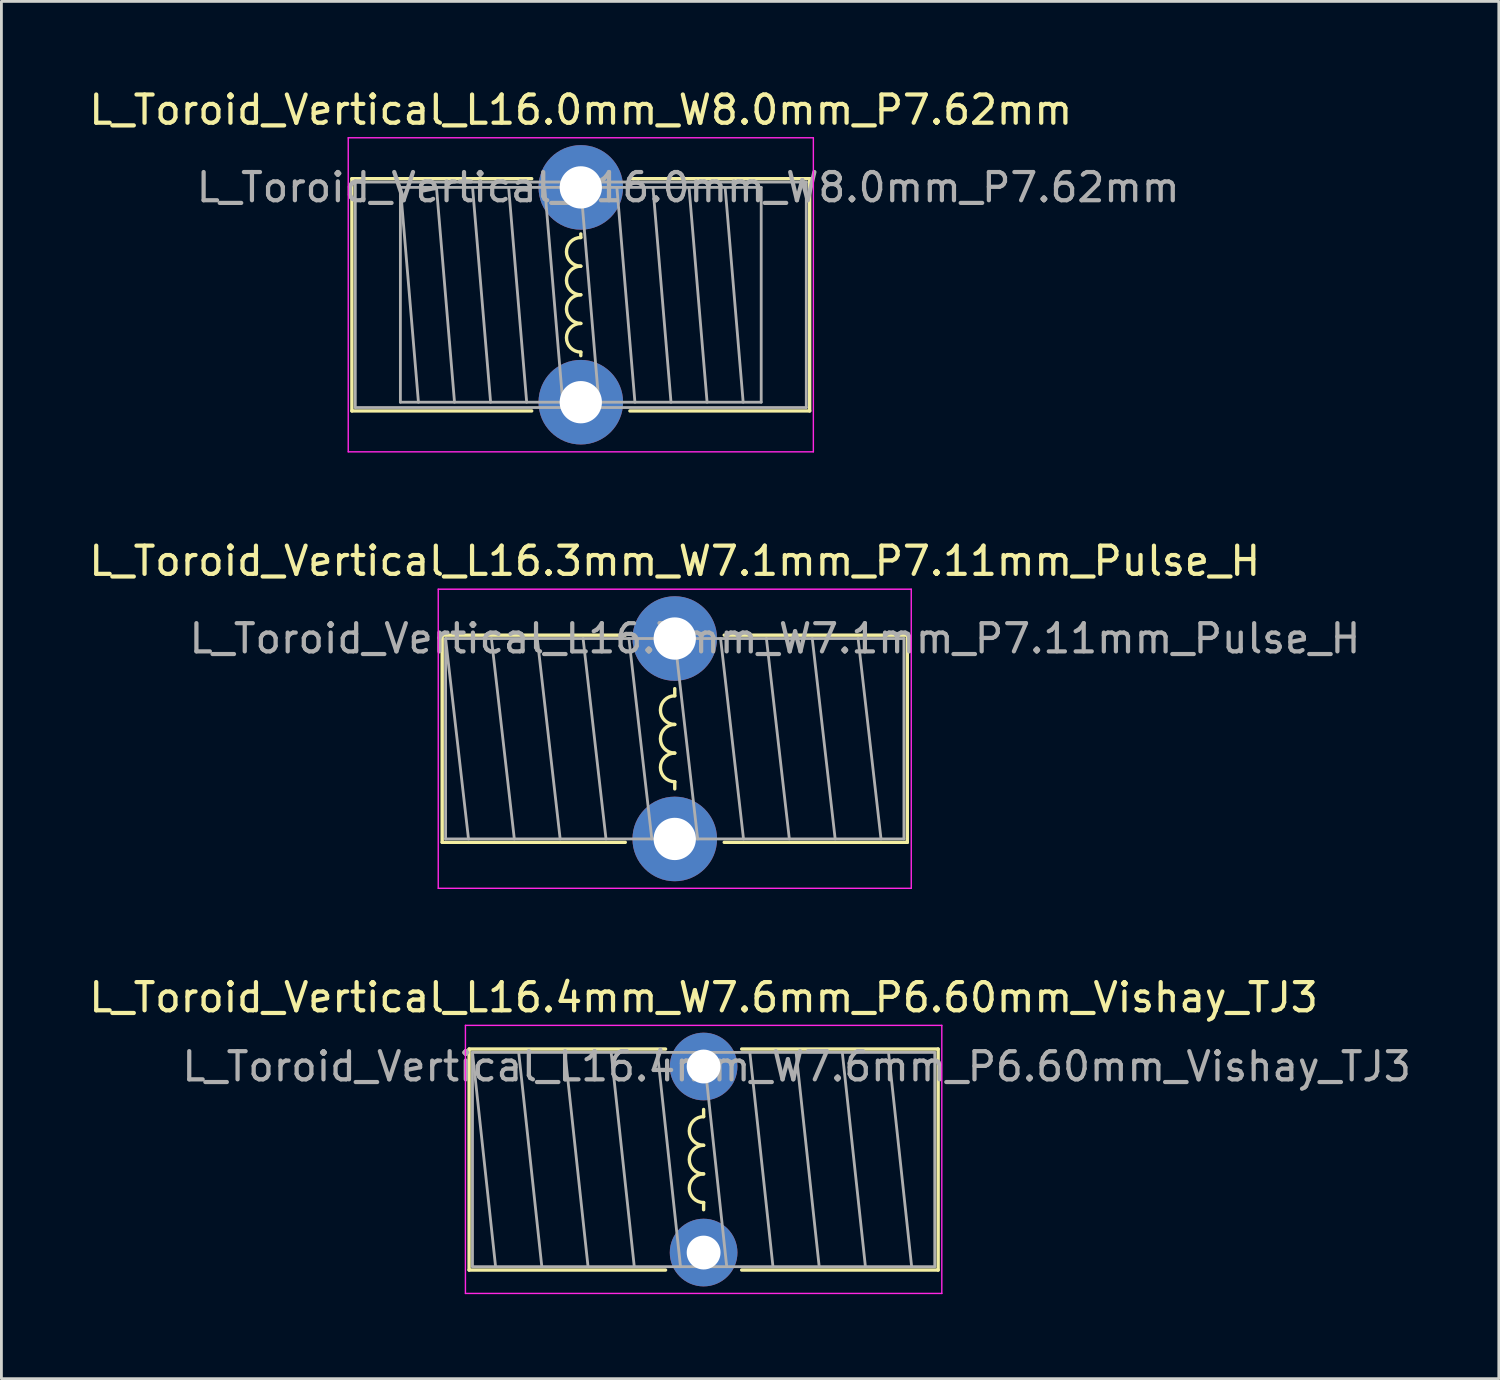
<source format=kicad_pcb>
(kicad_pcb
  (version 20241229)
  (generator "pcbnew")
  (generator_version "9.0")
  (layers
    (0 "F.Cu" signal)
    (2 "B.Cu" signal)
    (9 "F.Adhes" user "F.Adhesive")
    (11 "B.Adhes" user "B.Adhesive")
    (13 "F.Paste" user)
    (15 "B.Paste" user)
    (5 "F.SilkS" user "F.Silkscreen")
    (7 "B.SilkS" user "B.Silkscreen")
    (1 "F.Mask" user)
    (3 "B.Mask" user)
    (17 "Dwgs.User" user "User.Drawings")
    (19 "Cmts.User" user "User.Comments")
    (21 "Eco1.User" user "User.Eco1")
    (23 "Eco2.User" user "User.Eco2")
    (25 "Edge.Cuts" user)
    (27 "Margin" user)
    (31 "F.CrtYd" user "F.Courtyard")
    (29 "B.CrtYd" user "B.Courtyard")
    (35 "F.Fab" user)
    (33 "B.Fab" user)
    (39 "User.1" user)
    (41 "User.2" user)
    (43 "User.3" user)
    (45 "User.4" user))
  (footprint "L_Toroid_Vertical_L16.0mm_W8.0mm_P7.62mm"
    (layer "F.Cu")
    (at 17.554 3.598)
    (property "Reference" "L_Toroid_Vertical_L16.0mm_W8.0mm_P7.62mm" (at 0 -2.75 0) (layer "F.SilkS") (effects (font (size 1 1) (thickness 0.15))))
    (attr through_hole)
    (fp_line (start -8.12 -0.31) (end -8.12 7.93) (stroke (width 0.12) (type solid)) (layer "F.SilkS"))
    (fp_line (start -8.12 -0.31) (end -1.742 -0.31) (stroke (width 0.12) (type solid)) (layer "F.SilkS"))
    (fp_line (start -8.12 7.93) (end -1.742 7.93) (stroke (width 0.12) (type solid)) (layer "F.SilkS"))
    (fp_line (start 0 1.778) (end 0 1.651) (stroke (width 0.12) (type solid)) (layer "F.SilkS"))
    (fp_line (start 0 5.842) (end 0 5.969) (stroke (width 0.12) (type solid)) (layer "F.SilkS"))
    (fp_line (start 1.742 -0.31) (end 8.12 -0.31) (stroke (width 0.12) (type solid)) (layer "F.SilkS"))
    (fp_line (start 1.742 7.93) (end 8.12 7.93) (stroke (width 0.12) (type solid)) (layer "F.SilkS"))
    (fp_line (start 8.12 -0.31) (end 8.12 7.93) (stroke (width 0.12) (type solid)) (layer "F.SilkS"))
    (fp_arc (start 0 2.794) (mid -0.508 2.286) (end 0 1.778) (stroke (width 0.12) (type solid)) (layer "F.SilkS"))
    (fp_arc (start 0 3.81) (mid -0.508 3.302) (end 0 2.794) (stroke (width 0.12) (type solid)) (layer "F.SilkS"))
    (fp_arc (start 0 4.826) (mid -0.508 4.318) (end 0 3.81) (stroke (width 0.12) (type solid)) (layer "F.SilkS"))
    (fp_arc (start 0 5.842) (mid -0.508 5.334) (end 0 4.826) (stroke (width 0.12) (type solid)) (layer "F.SilkS"))
    (fp_line (start -8.25 -1.76) (end -8.25 9.38) (stroke (width 0.05) (type solid)) (layer "F.CrtYd"))
    (fp_line (start -8.25 9.38) (end 8.25 9.38) (stroke (width 0.05) (type solid)) (layer "F.CrtYd"))
    (fp_line (start 8.25 -1.76) (end -8.25 -1.76) (stroke (width 0.05) (type solid)) (layer "F.CrtYd"))
    (fp_line (start 8.25 9.38) (end 8.25 -1.76) (stroke (width 0.05) (type solid)) (layer "F.CrtYd"))
    (fp_line (start -8 -0.19) (end -8 7.81) (stroke (width 0.1) (type solid)) (layer "F.Fab"))
    (fp_line (start -8 7.81) (end 8 7.81) (stroke (width 0.1) (type solid)) (layer "F.Fab"))
    (fp_line (start -6.4 0) (end -6.4 7.62) (stroke (width 0.1) (type solid)) (layer "F.Fab"))
    (fp_line (start -6.4 0) (end -5.76 7.62) (stroke (width 0.1) (type solid)) (layer "F.Fab"))
    (fp_line (start -6.4 7.62) (end 6.4 7.62) (stroke (width 0.1) (type solid)) (layer "F.Fab"))
    (fp_line (start -5.12 0) (end -4.48 7.62) (stroke (width 0.1) (type solid)) (layer "F.Fab"))
    (fp_line (start -3.84 0) (end -3.2 7.62) (stroke (width 0.1) (type solid)) (layer "F.Fab"))
    (fp_line (start -2.56 0) (end -1.92 7.62) (stroke (width 0.1) (type solid)) (layer "F.Fab"))
    (fp_line (start -1.28 0) (end -0.64 7.62) (stroke (width 0.1) (type solid)) (layer "F.Fab"))
    (fp_line (start 0 0) (end 0.64 7.62) (stroke (width 0.1) (type solid)) (layer "F.Fab"))
    (fp_line (start 1.28 0) (end 1.92 7.62) (stroke (width 0.1) (type solid)) (layer "F.Fab"))
    (fp_line (start 2.56 0) (end 3.2 7.62) (stroke (width 0.1) (type solid)) (layer "F.Fab"))
    (fp_line (start 3.84 0) (end 4.48 7.62) (stroke (width 0.1) (type solid)) (layer "F.Fab"))
    (fp_line (start 5.12 0) (end 5.76 7.62) (stroke (width 0.1) (type solid)) (layer "F.Fab"))
    (fp_line (start 6.4 0) (end -6.4 0) (stroke (width 0.1) (type solid)) (layer "F.Fab"))
    (fp_line (start 6.4 7.62) (end 6.4 0) (stroke (width 0.1) (type solid)) (layer "F.Fab"))
    (fp_line (start 8 -0.19) (end -8 -0.19) (stroke (width 0.1) (type solid)) (layer "F.Fab"))
    (fp_line (start 8 7.81) (end 8 -0.19) (stroke (width 0.1) (type solid)) (layer "F.Fab"))
    (fp_text user "${REFERENCE}" (at 3.81 0 0) (layer "F.Fab") (effects (font (size 1 1) (thickness 0.15))))
    (pad "1" thru_hole circle (at 0 0) (size 3 3) (drill 1.5) (layers "*.Cu" "*.Mask"))
    (pad "2" thru_hole circle (at 0 7.62) (size 3 3) (drill 1.5) (layers "*.Cu" "*.Mask")))
  (footprint "L_Toroid_Vertical_L16.4mm_W7.6mm_P6.60mm_Vishay_TJ3"
    (layer "F.Cu")
    (at 21.911 34.785)
    (property "Reference" "L_Toroid_Vertical_L16.4mm_W7.6mm_P6.60mm_Vishay_TJ3" (at 0 -2.45 0) (layer "F.SilkS") (effects (font (size 1 1) (thickness 0.15))))
    (attr through_hole)
    (fp_line (start -8.32 -0.62) (end -8.32 7.22) (stroke (width 0.12) (type solid)) (layer "F.SilkS"))
    (fp_line (start -8.32 -0.62) (end -1.35 -0.62) (stroke (width 0.12) (type solid)) (layer "F.SilkS"))
    (fp_line (start -8.32 7.22) (end -1.35 7.22) (stroke (width 0.12) (type solid)) (layer "F.SilkS"))
    (fp_line (start 0 1.778) (end 0 1.524) (stroke (width 0.12) (type solid)) (layer "F.SilkS"))
    (fp_line (start 0 4.826) (end 0 5.08) (stroke (width 0.12) (type solid)) (layer "F.SilkS"))
    (fp_line (start 1.35 -0.62) (end 8.32 -0.62) (stroke (width 0.12) (type solid)) (layer "F.SilkS"))
    (fp_line (start 1.35 7.22) (end 8.32 7.22) (stroke (width 0.12) (type solid)) (layer "F.SilkS"))
    (fp_line (start 8.32 -0.62) (end 8.32 7.22) (stroke (width 0.12) (type solid)) (layer "F.SilkS"))
    (fp_arc (start 0 2.794) (mid -0.508 2.286) (end 0 1.778) (stroke (width 0.12) (type solid)) (layer "F.SilkS"))
    (fp_arc (start 0 3.81) (mid -0.508 3.302) (end 0 2.794) (stroke (width 0.12) (type solid)) (layer "F.SilkS"))
    (fp_arc (start 0 4.826) (mid -0.508 4.318) (end 0 3.81) (stroke (width 0.12) (type solid)) (layer "F.SilkS"))
    (fp_line (start -8.45 -1.46) (end -8.45 8.05) (stroke (width 0.05) (type solid)) (layer "F.CrtYd"))
    (fp_line (start -8.45 8.05) (end 8.45 8.05) (stroke (width 0.05) (type solid)) (layer "F.CrtYd"))
    (fp_line (start 8.45 -1.46) (end -8.45 -1.46) (stroke (width 0.05) (type solid)) (layer "F.CrtYd"))
    (fp_line (start 8.45 8.05) (end 8.45 -1.46) (stroke (width 0.05) (type solid)) (layer "F.CrtYd"))
    (fp_line (start -8.2 -0.5) (end -8.2 7.1) (stroke (width 0.1) (type solid)) (layer "F.Fab"))
    (fp_line (start -8.2 -0.5) (end -7.38 7.1) (stroke (width 0.1) (type solid)) (layer "F.Fab"))
    (fp_line (start -8.2 7.1) (end 8.2 7.1) (stroke (width 0.1) (type solid)) (layer "F.Fab"))
    (fp_line (start -6.56 -0.5) (end -5.74 7.1) (stroke (width 0.1) (type solid)) (layer "F.Fab"))
    (fp_line (start -4.92 -0.5) (end -4.1 7.1) (stroke (width 0.1) (type solid)) (layer "F.Fab"))
    (fp_line (start -3.28 -0.5) (end -2.46 7.1) (stroke (width 0.1) (type solid)) (layer "F.Fab"))
    (fp_line (start -1.64 -0.5) (end -0.82 7.1) (stroke (width 0.1) (type solid)) (layer "F.Fab"))
    (fp_line (start 0 -0.5) (end 0.82 7.1) (stroke (width 0.1) (type solid)) (layer "F.Fab"))
    (fp_line (start 1.64 -0.5) (end 2.46 7.1) (stroke (width 0.1) (type solid)) (layer "F.Fab"))
    (fp_line (start 3.28 -0.5) (end 4.1 7.1) (stroke (width 0.1) (type solid)) (layer "F.Fab"))
    (fp_line (start 4.92 -0.5) (end 5.74 7.1) (stroke (width 0.1) (type solid)) (layer "F.Fab"))
    (fp_line (start 6.56 -0.5) (end 7.38 7.1) (stroke (width 0.1) (type solid)) (layer "F.Fab"))
    (fp_line (start 8.2 -0.5) (end -8.2 -0.5) (stroke (width 0.1) (type solid)) (layer "F.Fab"))
    (fp_line (start 8.2 7.1) (end 8.2 -0.5) (stroke (width 0.1) (type solid)) (layer "F.Fab"))
    (fp_text user "${REFERENCE}" (at 3.3 0 0) (layer "F.Fab") (effects (font (size 1 1) (thickness 0.15))))
    (pad "1" thru_hole circle (at 0 0) (size 2.4 2.4) (drill 1.2) (layers "*.Cu" "*.Mask"))
    (pad "2" thru_hole circle (at 0 6.6) (size 2.4 2.4) (drill 1.2) (layers "*.Cu" "*.Mask")))
  (footprint "L_Toroid_Vertical_L16.3mm_W7.1mm_P7.11mm_Pulse_H"
    (layer "F.Cu")
    (at 20.887 19.602)
    (property "Reference" "L_Toroid_Vertical_L16.3mm_W7.1mm_P7.11mm_Pulse_H" (at 0 -2.75 0) (layer "F.SilkS") (effects (font (size 1 1) (thickness 0.15))))
    (attr through_hole)
    (fp_line (start -8.25 -0.12) (end -8.25 7.23) (stroke (width 0.12) (type solid)) (layer "F.SilkS"))
    (fp_line (start -8.25 -0.12) (end -1.755 -0.12) (stroke (width 0.12) (type solid)) (layer "F.SilkS"))
    (fp_line (start -8.25 7.23) (end -1.755 7.23) (stroke (width 0.12) (type solid)) (layer "F.SilkS"))
    (fp_line (start 0 2.032) (end 0 1.778) (stroke (width 0.12) (type solid)) (layer "F.SilkS"))
    (fp_line (start 0 5.08) (end 0 5.334) (stroke (width 0.12) (type solid)) (layer "F.SilkS"))
    (fp_line (start 1.755 -0.12) (end 8.25 -0.12) (stroke (width 0.12) (type solid)) (layer "F.SilkS"))
    (fp_line (start 1.755 7.23) (end 8.25 7.23) (stroke (width 0.12) (type solid)) (layer "F.SilkS"))
    (fp_line (start 8.25 -0.12) (end 8.25 7.23) (stroke (width 0.12) (type solid)) (layer "F.SilkS"))
    (fp_arc (start 0 3.048) (mid -0.508 2.54) (end 0 2.032) (stroke (width 0.12) (type solid)) (layer "F.SilkS"))
    (fp_arc (start 0 4.064) (mid -0.508 3.556) (end 0 3.048) (stroke (width 0.12) (type solid)) (layer "F.SilkS"))
    (fp_arc (start 0 5.08) (mid -0.508 4.572) (end 0 4.064) (stroke (width 0.12) (type solid)) (layer "F.SilkS"))
    (fp_line (start -8.39 -1.75) (end -8.39 8.86) (stroke (width 0.05) (type solid)) (layer "F.CrtYd"))
    (fp_line (start -8.39 8.86) (end 8.39 8.86) (stroke (width 0.05) (type solid)) (layer "F.CrtYd"))
    (fp_line (start 8.39 -1.75) (end -8.39 -1.75) (stroke (width 0.05) (type solid)) (layer "F.CrtYd"))
    (fp_line (start 8.39 8.86) (end 8.39 -1.75) (stroke (width 0.05) (type solid)) (layer "F.CrtYd"))
    (fp_line (start -8.13 0) (end -8.13 7.11) (stroke (width 0.1) (type solid)) (layer "F.Fab"))
    (fp_line (start -8.13 0) (end -7.317 7.11) (stroke (width 0.1) (type solid)) (layer "F.Fab"))
    (fp_line (start -8.13 7.11) (end 8.13 7.11) (stroke (width 0.1) (type solid)) (layer "F.Fab"))
    (fp_line (start -6.504 0) (end -5.691 7.11) (stroke (width 0.1) (type solid)) (layer "F.Fab"))
    (fp_line (start -4.878 0) (end -4.065 7.11) (stroke (width 0.1) (type solid)) (layer "F.Fab"))
    (fp_line (start -3.252 0) (end -2.439 7.11) (stroke (width 0.1) (type solid)) (layer "F.Fab"))
    (fp_line (start -1.626 0) (end -0.813 7.11) (stroke (width 0.1) (type solid)) (layer "F.Fab"))
    (fp_line (start 0 0) (end 0.813 7.11) (stroke (width 0.1) (type solid)) (layer "F.Fab"))
    (fp_line (start 1.626 0) (end 2.439 7.11) (stroke (width 0.1) (type solid)) (layer "F.Fab"))
    (fp_line (start 3.252 0) (end 4.065 7.11) (stroke (width 0.1) (type solid)) (layer "F.Fab"))
    (fp_line (start 4.878 0) (end 5.691 7.11) (stroke (width 0.1) (type solid)) (layer "F.Fab"))
    (fp_line (start 6.504 0) (end 7.317 7.11) (stroke (width 0.1) (type solid)) (layer "F.Fab"))
    (fp_line (start 8.13 0) (end -8.13 0) (stroke (width 0.1) (type solid)) (layer "F.Fab"))
    (fp_line (start 8.13 7.11) (end 8.13 0) (stroke (width 0.1) (type solid)) (layer "F.Fab"))
    (fp_text user "${REFERENCE}" (at 3.555 0 0) (layer "F.Fab") (effects (font (size 1 1) (thickness 0.15))))
    (pad "1" thru_hole circle (at 0 0) (size 3 3) (drill 1.5) (layers "*.Cu" "*.Mask"))
    (pad "2" thru_hole circle (at 0 7.11) (size 3 3) (drill 1.5) (layers "*.Cu" "*.Mask")))
  (gr_rect
    (start -3 -3)
    (end 50.121 45.86)
    (stroke (width 0.1) (type default))
    (fill no)
    (layer "Edge.Cuts")))
</source>
